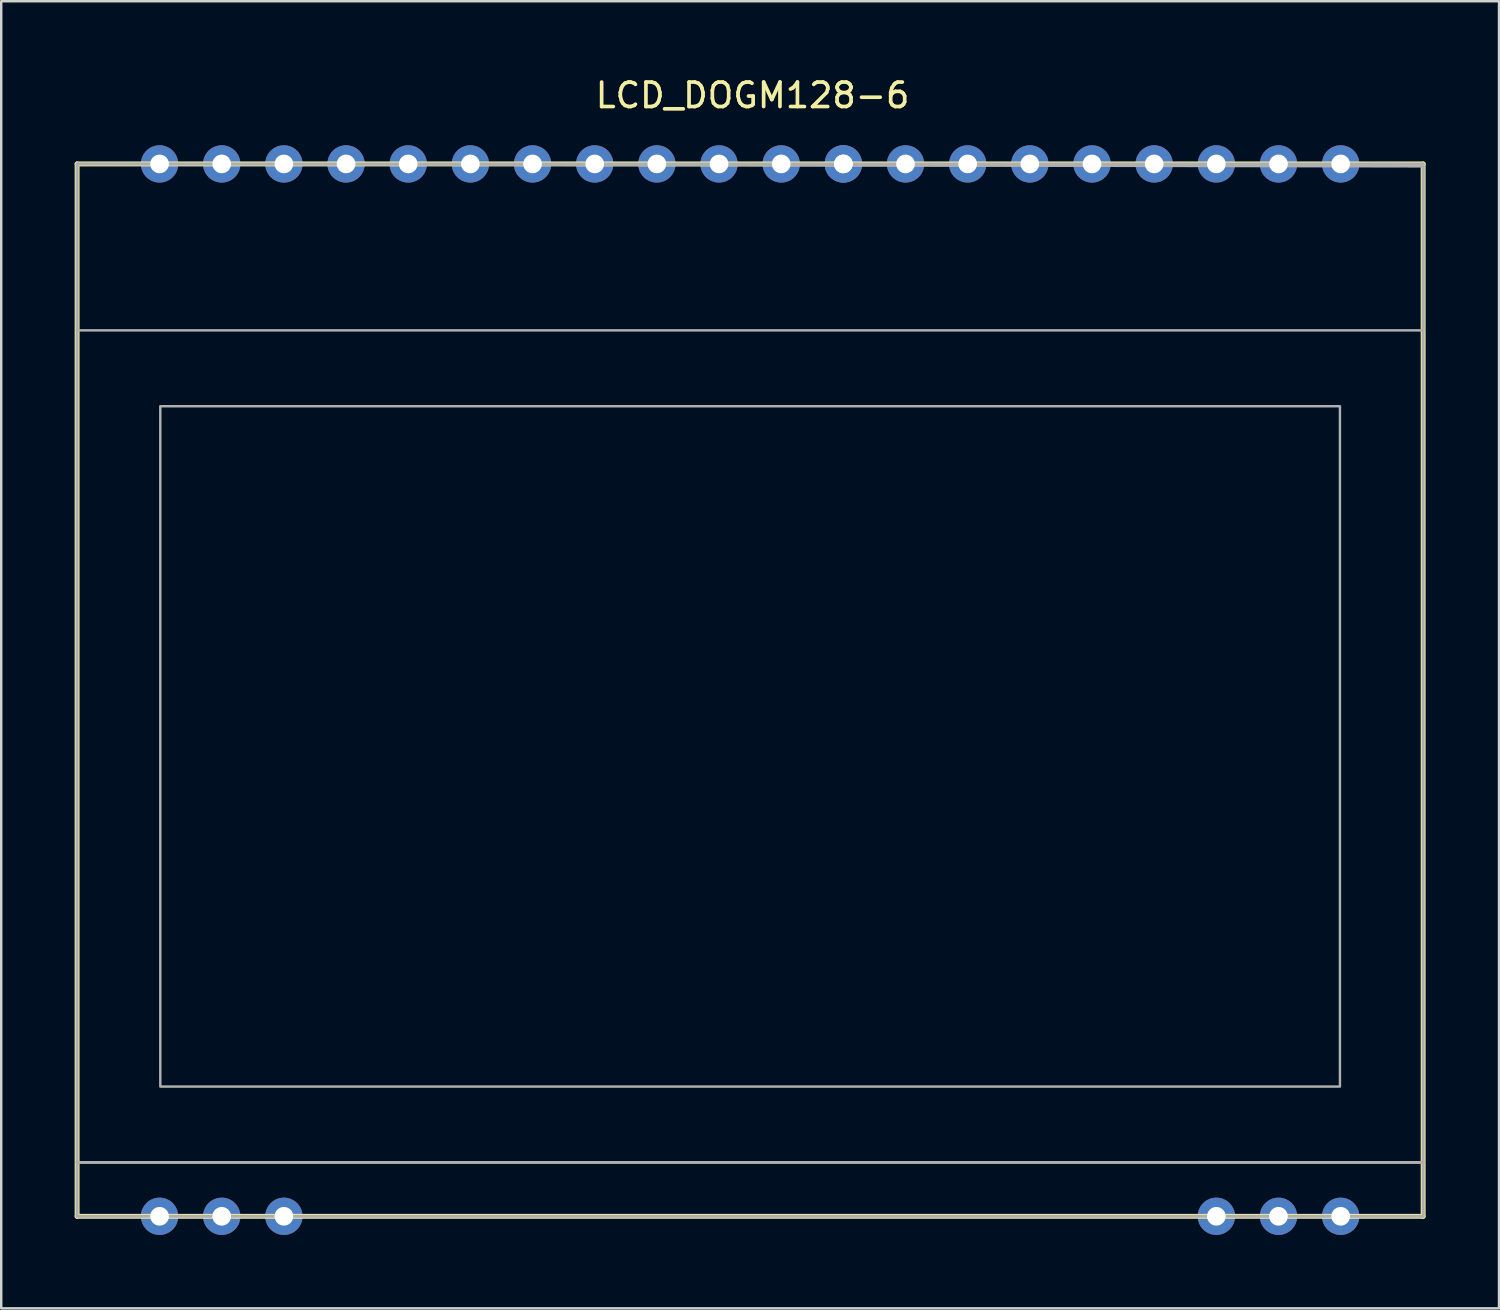
<source format=kicad_pcb>
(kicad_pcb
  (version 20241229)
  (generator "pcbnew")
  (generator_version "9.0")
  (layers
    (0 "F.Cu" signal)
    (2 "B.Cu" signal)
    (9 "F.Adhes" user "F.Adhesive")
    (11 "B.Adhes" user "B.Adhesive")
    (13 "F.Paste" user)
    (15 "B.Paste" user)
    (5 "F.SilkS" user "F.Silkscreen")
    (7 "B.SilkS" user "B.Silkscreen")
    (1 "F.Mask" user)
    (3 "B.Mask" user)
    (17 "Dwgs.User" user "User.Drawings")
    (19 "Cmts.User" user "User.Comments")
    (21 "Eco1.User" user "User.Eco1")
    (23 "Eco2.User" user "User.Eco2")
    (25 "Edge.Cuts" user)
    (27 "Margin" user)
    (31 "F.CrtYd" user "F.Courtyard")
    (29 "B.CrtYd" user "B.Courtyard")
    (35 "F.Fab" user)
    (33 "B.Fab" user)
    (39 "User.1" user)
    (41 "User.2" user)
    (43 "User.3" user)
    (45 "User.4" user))
  (footprint "LCD_DOGM128-6"
    (layer "F.Cu")
    (at 27.6 27.448)
    (property "Reference" "LCD_DOGM128-6" (at 0.1 -26.6 0) (layer "F.SilkS") (effects (font (size 1 1) (thickness 0.15))))
    (attr through_hole)
    (fp_line (start -27.5 -23.8) (end 27.5 -23.8) (stroke (width 0.2) (type solid)) (layer "F.SilkS"))
    (fp_line (start -27.5 19.2) (end -27.5 -23.8) (stroke (width 0.2) (type solid)) (layer "F.SilkS"))
    (fp_line (start -27.5 19.2) (end 27.5 19.2) (stroke (width 0.2) (type solid)) (layer "F.SilkS"))
    (fp_line (start 27.5 19.2) (end 27.5 -23.8) (stroke (width 0.2) (type solid)) (layer "F.SilkS"))
    (fp_line (start -27.5 -23.8) (end 27.5 -23.8) (stroke (width 0.12) (type solid)) (layer "F.Fab"))
    (fp_line (start -27.5 19.2) (end -27.5 -23.8) (stroke (width 0.12) (type solid)) (layer "F.Fab"))
    (fp_line (start -27.5 19.2) (end 27.5 19.2) (stroke (width 0.12) (type solid)) (layer "F.Fab"))
    (fp_line (start 27.5 17) (end -27.5 17) (stroke (width 0.12) (type solid)) (layer "F.Fab"))
    (fp_line (start 27.5 19.2) (end 27.5 -23.8) (stroke (width 0.12) (type solid)) (layer "F.Fab"))
    (fp_poly (pts (xy 24.1 13.9) (xy -24.1 13.9) (xy -24.1 -13.9) (xy 24.1 -13.9)) (stroke (width 0.1) (type solid)) (fill no) (layer "F.Fab"))
    (fp_poly (pts (xy 27.5 -23.7) (xy 27.5 -17) (xy -27.5 -17) (xy -27.5 -23.8)) (stroke (width 0.1) (type solid)) (fill no) (layer "F.Fab"))
    (pad "1" thru_hole circle (at -24.13 19.2) (size 1.524 1.524) (drill 0.762) (layers "*.Cu" "*.Mask"))
    (pad "2" thru_hole circle (at -21.59 19.2) (size 1.524 1.524) (drill 0.762) (layers "*.Cu" "*.Mask"))
    (pad "3" thru_hole circle (at -19.05 19.2) (size 1.524 1.524) (drill 0.762) (layers "*.Cu" "*.Mask"))
    (pad "18" thru_hole circle (at 19.05 19.2) (size 1.524 1.524) (drill 0.762) (layers "*.Cu" "*.Mask"))
    (pad "19" thru_hole circle (at 21.59 19.2) (size 1.524 1.524) (drill 0.762) (layers "*.Cu" "*.Mask"))
    (pad "20" thru_hole circle (at 24.13 19.2) (size 1.524 1.524) (drill 0.762) (layers "*.Cu" "*.Mask"))
    (pad "21" thru_hole circle (at 24.13 -23.8) (size 1.524 1.524) (drill 0.762) (layers "*.Cu" "*.Mask"))
    (pad "22" thru_hole circle (at 21.59 -23.8) (size 1.524 1.524) (drill 0.762) (layers "*.Cu" "*.Mask"))
    (pad "23" thru_hole circle (at 19.05 -23.8) (size 1.524 1.524) (drill 0.762) (layers "*.Cu" "*.Mask"))
    (pad "24" thru_hole circle (at 16.51 -23.8) (size 1.524 1.524) (drill 0.762) (layers "*.Cu" "*.Mask"))
    (pad "25" thru_hole circle (at 13.97 -23.8) (size 1.524 1.524) (drill 0.762) (layers "*.Cu" "*.Mask"))
    (pad "26" thru_hole circle (at 11.43 -23.8) (size 1.524 1.524) (drill 0.762) (layers "*.Cu" "*.Mask"))
    (pad "27" thru_hole circle (at 8.89 -23.8) (size 1.524 1.524) (drill 0.762) (layers "*.Cu" "*.Mask"))
    (pad "28" thru_hole circle (at 6.35 -23.8) (size 1.524 1.524) (drill 0.762) (layers "*.Cu" "*.Mask"))
    (pad "29" thru_hole circle (at 3.81 -23.8) (size 1.524 1.524) (drill 0.762) (layers "*.Cu" "*.Mask"))
    (pad "30" thru_hole circle (at 1.27 -23.8) (size 1.524 1.524) (drill 0.762) (layers "*.Cu" "*.Mask"))
    (pad "31" thru_hole circle (at -1.27 -23.8) (size 1.524 1.524) (drill 0.762) (layers "*.Cu" "*.Mask"))
    (pad "31" thru_hole circle (at 3.81 -23.8) (size 1.524 1.524) (drill 0.762) (layers "*.Cu" "*.Mask"))
    (pad "32" thru_hole circle (at -3.81 -23.8) (size 1.524 1.524) (drill 0.762) (layers "*.Cu" "*.Mask"))
    (pad "33" thru_hole circle (at -6.35 -23.8) (size 1.524 1.524) (drill 0.762) (layers "*.Cu" "*.Mask"))
    (pad "34" thru_hole circle (at -8.89 -23.8) (size 1.524 1.524) (drill 0.762) (layers "*.Cu" "*.Mask"))
    (pad "35" thru_hole circle (at -11.43 -23.8) (size 1.524 1.524) (drill 0.762) (layers "*.Cu" "*.Mask"))
    (pad "36" thru_hole circle (at -13.97 -23.8) (size 1.524 1.524) (drill 0.762) (layers "*.Cu" "*.Mask"))
    (pad "37" thru_hole circle (at -16.51 -23.8) (size 1.524 1.524) (drill 0.762) (layers "*.Cu" "*.Mask"))
    (pad "38" thru_hole circle (at -19.05 -23.8) (size 1.524 1.524) (drill 0.762) (layers "*.Cu" "*.Mask"))
    (pad "39" thru_hole circle (at -21.59 -23.8) (size 1.524 1.524) (drill 0.762) (layers "*.Cu" "*.Mask"))
    (pad "40" thru_hole circle (at -24.13 -23.8) (size 1.524 1.524) (drill 0.762) (layers "*.Cu" "*.Mask")))
  (gr_rect
    (start -3 -3)
    (end 58.2 50.41)
    (stroke (width 0.1) (type default))
    (fill no)
    (layer "Edge.Cuts")))
</source>
